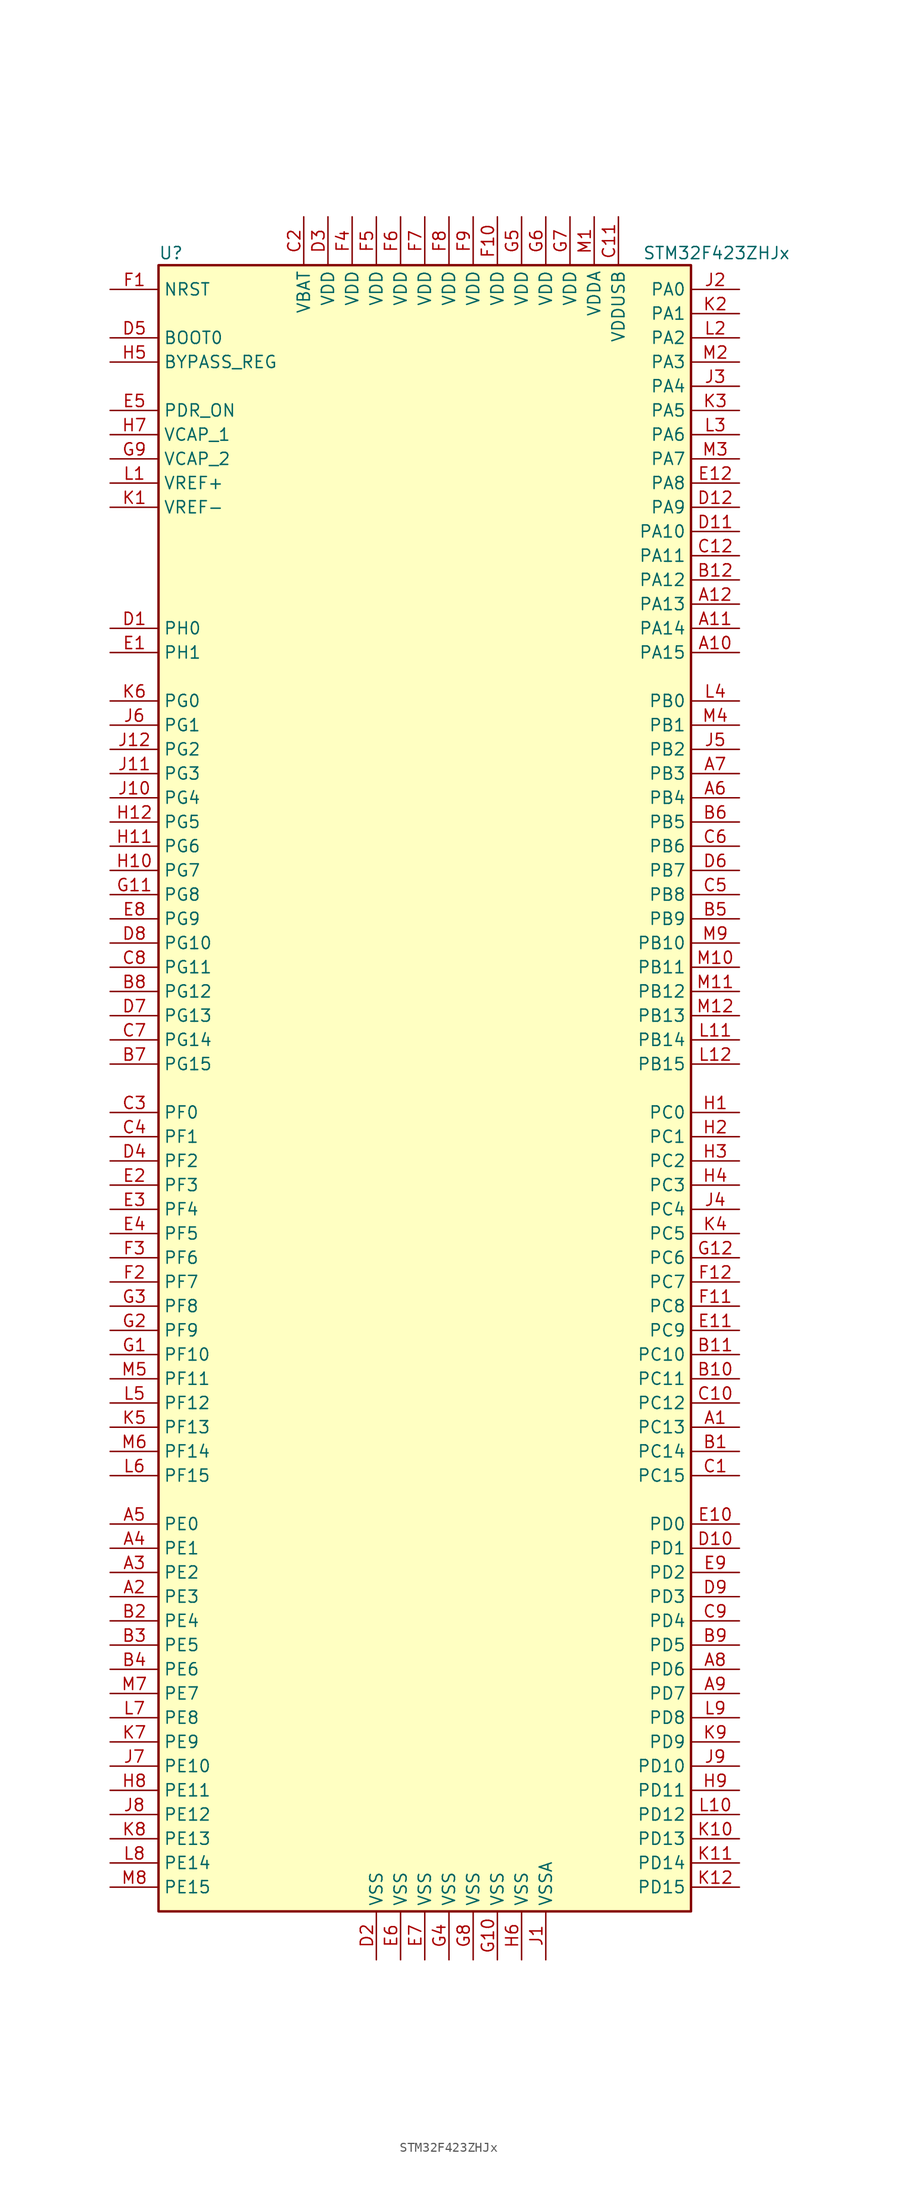
<source format=kicad_sym>
(kicad_symbol_lib
  (version 20201005)
  (generator kicad_symbol_editor)
  (symbol "MCU_ST_STM32F4:STM32F423ZHJx"
    (property "Reference" "U"
      (at -27.94 87.63 0)
      (effects (font (size 1.27 1.27)) (justify left)))
    (property "Value" "STM32F423ZHJx"
      (at 22.86 87.63 0)
      (effects (font (size 1.27 1.27)) (justify left)))
    (symbol "STM32F423ZHJx_0_1"
      (rectangle (start -27.94 -86.36) (end 27.94 86.36) (stroke (width 0.254)) (fill (type background))))
    (symbol "STM32F423ZHJx_1_1"
      (pin input line (at -33.02 78.74 0) (length 5.08) (name "BOOT0" (effects (font (size 1.27 1.27)))) (number "D5" (effects (font (size 1.27 1.27)))))
      (pin input line (at -33.02 76.2 0) (length 5.08) (name "BYPASS_REG" (effects (font (size 1.27 1.27)))) (number "H5" (effects (font (size 1.27 1.27)))))
      (pin input line (at -33.02 83.82 0) (length 5.08) (name "NRST" (effects (font (size 1.27 1.27)))) (number "F1" (effects (font (size 1.27 1.27)))))
      (pin bidirectional line (at 33.02 83.82 180) (length 5.08) (name "PA0" (effects (font (size 1.27 1.27)))) (number "J2" (effects (font (size 1.27 1.27)))))
      (pin bidirectional line (at 33.02 81.28 180) (length 5.08) (name "PA1" (effects (font (size 1.27 1.27)))) (number "K2" (effects (font (size 1.27 1.27)))))
      (pin bidirectional line (at 33.02 58.42 180) (length 5.08) (name "PA10" (effects (font (size 1.27 1.27)))) (number "D11" (effects (font (size 1.27 1.27)))))
      (pin bidirectional line (at 33.02 55.88 180) (length 5.08) (name "PA11" (effects (font (size 1.27 1.27)))) (number "C12" (effects (font (size 1.27 1.27)))))
      (pin bidirectional line (at 33.02 53.34 180) (length 5.08) (name "PA12" (effects (font (size 1.27 1.27)))) (number "B12" (effects (font (size 1.27 1.27)))))
      (pin bidirectional line (at 33.02 50.8 180) (length 5.08) (name "PA13" (effects (font (size 1.27 1.27)))) (number "A12" (effects (font (size 1.27 1.27)))))
      (pin bidirectional line (at 33.02 48.26 180) (length 5.08) (name "PA14" (effects (font (size 1.27 1.27)))) (number "A11" (effects (font (size 1.27 1.27)))))
      (pin bidirectional line (at 33.02 45.72 180) (length 5.08) (name "PA15" (effects (font (size 1.27 1.27)))) (number "A10" (effects (font (size 1.27 1.27)))))
      (pin bidirectional line (at 33.02 78.74 180) (length 5.08) (name "PA2" (effects (font (size 1.27 1.27)))) (number "L2" (effects (font (size 1.27 1.27)))))
      (pin bidirectional line (at 33.02 76.2 180) (length 5.08) (name "PA3" (effects (font (size 1.27 1.27)))) (number "M2" (effects (font (size 1.27 1.27)))))
      (pin bidirectional line (at 33.02 73.66 180) (length 5.08) (name "PA4" (effects (font (size 1.27 1.27)))) (number "J3" (effects (font (size 1.27 1.27)))))
      (pin bidirectional line (at 33.02 71.12 180) (length 5.08) (name "PA5" (effects (font (size 1.27 1.27)))) (number "K3" (effects (font (size 1.27 1.27)))))
      (pin bidirectional line (at 33.02 68.58 180) (length 5.08) (name "PA6" (effects (font (size 1.27 1.27)))) (number "L3" (effects (font (size 1.27 1.27)))))
      (pin bidirectional line (at 33.02 66.04 180) (length 5.08) (name "PA7" (effects (font (size 1.27 1.27)))) (number "M3" (effects (font (size 1.27 1.27)))))
      (pin bidirectional line (at 33.02 63.5 180) (length 5.08) (name "PA8" (effects (font (size 1.27 1.27)))) (number "E12" (effects (font (size 1.27 1.27)))))
      (pin bidirectional line (at 33.02 60.96 180) (length 5.08) (name "PA9" (effects (font (size 1.27 1.27)))) (number "D12" (effects (font (size 1.27 1.27)))))
      (pin bidirectional line (at 33.02 40.64 180) (length 5.08) (name "PB0" (effects (font (size 1.27 1.27)))) (number "L4" (effects (font (size 1.27 1.27)))))
      (pin bidirectional line (at 33.02 38.1 180) (length 5.08) (name "PB1" (effects (font (size 1.27 1.27)))) (number "M4" (effects (font (size 1.27 1.27)))))
      (pin bidirectional line (at 33.02 15.24 180) (length 5.08) (name "PB10" (effects (font (size 1.27 1.27)))) (number "M9" (effects (font (size 1.27 1.27)))))
      (pin bidirectional line (at 33.02 12.7 180) (length 5.08) (name "PB11" (effects (font (size 1.27 1.27)))) (number "M10" (effects (font (size 1.27 1.27)))))
      (pin bidirectional line (at 33.02 10.16 180) (length 5.08) (name "PB12" (effects (font (size 1.27 1.27)))) (number "M11" (effects (font (size 1.27 1.27)))))
      (pin bidirectional line (at 33.02 7.62 180) (length 5.08) (name "PB13" (effects (font (size 1.27 1.27)))) (number "M12" (effects (font (size 1.27 1.27)))))
      (pin bidirectional line (at 33.02 5.08 180) (length 5.08) (name "PB14" (effects (font (size 1.27 1.27)))) (number "L11" (effects (font (size 1.27 1.27)))))
      (pin bidirectional line (at 33.02 2.54 180) (length 5.08) (name "PB15" (effects (font (size 1.27 1.27)))) (number "L12" (effects (font (size 1.27 1.27)))))
      (pin bidirectional line (at 33.02 35.56 180) (length 5.08) (name "PB2" (effects (font (size 1.27 1.27)))) (number "J5" (effects (font (size 1.27 1.27)))))
      (pin bidirectional line (at 33.02 33.02 180) (length 5.08) (name "PB3" (effects (font (size 1.27 1.27)))) (number "A7" (effects (font (size 1.27 1.27)))))
      (pin bidirectional line (at 33.02 30.48 180) (length 5.08) (name "PB4" (effects (font (size 1.27 1.27)))) (number "A6" (effects (font (size 1.27 1.27)))))
      (pin bidirectional line (at 33.02 27.94 180) (length 5.08) (name "PB5" (effects (font (size 1.27 1.27)))) (number "B6" (effects (font (size 1.27 1.27)))))
      (pin bidirectional line (at 33.02 25.4 180) (length 5.08) (name "PB6" (effects (font (size 1.27 1.27)))) (number "C6" (effects (font (size 1.27 1.27)))))
      (pin bidirectional line (at 33.02 22.86 180) (length 5.08) (name "PB7" (effects (font (size 1.27 1.27)))) (number "D6" (effects (font (size 1.27 1.27)))))
      (pin bidirectional line (at 33.02 20.32 180) (length 5.08) (name "PB8" (effects (font (size 1.27 1.27)))) (number "C5" (effects (font (size 1.27 1.27)))))
      (pin bidirectional line (at 33.02 17.78 180) (length 5.08) (name "PB9" (effects (font (size 1.27 1.27)))) (number "B5" (effects (font (size 1.27 1.27)))))
      (pin bidirectional line (at 33.02 -2.54 180) (length 5.08) (name "PC0" (effects (font (size 1.27 1.27)))) (number "H1" (effects (font (size 1.27 1.27)))))
      (pin bidirectional line (at 33.02 -5.08 180) (length 5.08) (name "PC1" (effects (font (size 1.27 1.27)))) (number "H2" (effects (font (size 1.27 1.27)))))
      (pin bidirectional line (at 33.02 -27.94 180) (length 5.08) (name "PC10" (effects (font (size 1.27 1.27)))) (number "B11" (effects (font (size 1.27 1.27)))))
      (pin bidirectional line (at 33.02 -30.48 180) (length 5.08) (name "PC11" (effects (font (size 1.27 1.27)))) (number "B10" (effects (font (size 1.27 1.27)))))
      (pin bidirectional line (at 33.02 -33.02 180) (length 5.08) (name "PC12" (effects (font (size 1.27 1.27)))) (number "C10" (effects (font (size 1.27 1.27)))))
      (pin bidirectional line (at 33.02 -35.56 180) (length 5.08) (name "PC13" (effects (font (size 1.27 1.27)))) (number "A1" (effects (font (size 1.27 1.27)))))
      (pin bidirectional line (at 33.02 -38.1 180) (length 5.08) (name "PC14" (effects (font (size 1.27 1.27)))) (number "B1" (effects (font (size 1.27 1.27)))))
      (pin bidirectional line (at 33.02 -40.64 180) (length 5.08) (name "PC15" (effects (font (size 1.27 1.27)))) (number "C1" (effects (font (size 1.27 1.27)))))
      (pin bidirectional line (at 33.02 -7.62 180) (length 5.08) (name "PC2" (effects (font (size 1.27 1.27)))) (number "H3" (effects (font (size 1.27 1.27)))))
      (pin bidirectional line (at 33.02 -10.16 180) (length 5.08) (name "PC3" (effects (font (size 1.27 1.27)))) (number "H4" (effects (font (size 1.27 1.27)))))
      (pin bidirectional line (at 33.02 -12.7 180) (length 5.08) (name "PC4" (effects (font (size 1.27 1.27)))) (number "J4" (effects (font (size 1.27 1.27)))))
      (pin bidirectional line (at 33.02 -15.24 180) (length 5.08) (name "PC5" (effects (font (size 1.27 1.27)))) (number "K4" (effects (font (size 1.27 1.27)))))
      (pin bidirectional line (at 33.02 -17.78 180) (length 5.08) (name "PC6" (effects (font (size 1.27 1.27)))) (number "G12" (effects (font (size 1.27 1.27)))))
      (pin bidirectional line (at 33.02 -20.32 180) (length 5.08) (name "PC7" (effects (font (size 1.27 1.27)))) (number "F12" (effects (font (size 1.27 1.27)))))
      (pin bidirectional line (at 33.02 -22.86 180) (length 5.08) (name "PC8" (effects (font (size 1.27 1.27)))) (number "F11" (effects (font (size 1.27 1.27)))))
      (pin bidirectional line (at 33.02 -25.4 180) (length 5.08) (name "PC9" (effects (font (size 1.27 1.27)))) (number "E11" (effects (font (size 1.27 1.27)))))
      (pin bidirectional line (at 33.02 -45.72 180) (length 5.08) (name "PD0" (effects (font (size 1.27 1.27)))) (number "E10" (effects (font (size 1.27 1.27)))))
      (pin bidirectional line (at 33.02 -48.26 180) (length 5.08) (name "PD1" (effects (font (size 1.27 1.27)))) (number "D10" (effects (font (size 1.27 1.27)))))
      (pin bidirectional line (at 33.02 -71.12 180) (length 5.08) (name "PD10" (effects (font (size 1.27 1.27)))) (number "J9" (effects (font (size 1.27 1.27)))))
      (pin bidirectional line (at 33.02 -73.66 180) (length 5.08) (name "PD11" (effects (font (size 1.27 1.27)))) (number "H9" (effects (font (size 1.27 1.27)))))
      (pin bidirectional line (at 33.02 -76.2 180) (length 5.08) (name "PD12" (effects (font (size 1.27 1.27)))) (number "L10" (effects (font (size 1.27 1.27)))))
      (pin bidirectional line (at 33.02 -78.74 180) (length 5.08) (name "PD13" (effects (font (size 1.27 1.27)))) (number "K10" (effects (font (size 1.27 1.27)))))
      (pin bidirectional line (at 33.02 -81.28 180) (length 5.08) (name "PD14" (effects (font (size 1.27 1.27)))) (number "K11" (effects (font (size 1.27 1.27)))))
      (pin bidirectional line (at 33.02 -83.82 180) (length 5.08) (name "PD15" (effects (font (size 1.27 1.27)))) (number "K12" (effects (font (size 1.27 1.27)))))
      (pin bidirectional line (at 33.02 -50.8 180) (length 5.08) (name "PD2" (effects (font (size 1.27 1.27)))) (number "E9" (effects (font (size 1.27 1.27)))))
      (pin bidirectional line (at 33.02 -53.34 180) (length 5.08) (name "PD3" (effects (font (size 1.27 1.27)))) (number "D9" (effects (font (size 1.27 1.27)))))
      (pin bidirectional line (at 33.02 -55.88 180) (length 5.08) (name "PD4" (effects (font (size 1.27 1.27)))) (number "C9" (effects (font (size 1.27 1.27)))))
      (pin bidirectional line (at 33.02 -58.42 180) (length 5.08) (name "PD5" (effects (font (size 1.27 1.27)))) (number "B9" (effects (font (size 1.27 1.27)))))
      (pin bidirectional line (at 33.02 -60.96 180) (length 5.08) (name "PD6" (effects (font (size 1.27 1.27)))) (number "A8" (effects (font (size 1.27 1.27)))))
      (pin bidirectional line (at 33.02 -63.5 180) (length 5.08) (name "PD7" (effects (font (size 1.27 1.27)))) (number "A9" (effects (font (size 1.27 1.27)))))
      (pin bidirectional line (at 33.02 -66.04 180) (length 5.08) (name "PD8" (effects (font (size 1.27 1.27)))) (number "L9" (effects (font (size 1.27 1.27)))))
      (pin bidirectional line (at 33.02 -68.58 180) (length 5.08) (name "PD9" (effects (font (size 1.27 1.27)))) (number "K9" (effects (font (size 1.27 1.27)))))
      (pin power_in line (at -33.02 71.12 0) (length 5.08) (name "PDR_ON" (effects (font (size 1.27 1.27)))) (number "E5" (effects (font (size 1.27 1.27)))))
      (pin bidirectional line (at -33.02 -45.72 0) (length 5.08) (name "PE0" (effects (font (size 1.27 1.27)))) (number "A5" (effects (font (size 1.27 1.27)))))
      (pin bidirectional line (at -33.02 -48.26 0) (length 5.08) (name "PE1" (effects (font (size 1.27 1.27)))) (number "A4" (effects (font (size 1.27 1.27)))))
      (pin bidirectional line (at -33.02 -71.12 0) (length 5.08) (name "PE10" (effects (font (size 1.27 1.27)))) (number "J7" (effects (font (size 1.27 1.27)))))
      (pin bidirectional line (at -33.02 -73.66 0) (length 5.08) (name "PE11" (effects (font (size 1.27 1.27)))) (number "H8" (effects (font (size 1.27 1.27)))))
      (pin bidirectional line (at -33.02 -76.2 0) (length 5.08) (name "PE12" (effects (font (size 1.27 1.27)))) (number "J8" (effects (font (size 1.27 1.27)))))
      (pin bidirectional line (at -33.02 -78.74 0) (length 5.08) (name "PE13" (effects (font (size 1.27 1.27)))) (number "K8" (effects (font (size 1.27 1.27)))))
      (pin bidirectional line (at -33.02 -81.28 0) (length 5.08) (name "PE14" (effects (font (size 1.27 1.27)))) (number "L8" (effects (font (size 1.27 1.27)))))
      (pin bidirectional line (at -33.02 -83.82 0) (length 5.08) (name "PE15" (effects (font (size 1.27 1.27)))) (number "M8" (effects (font (size 1.27 1.27)))))
      (pin bidirectional line (at -33.02 -50.8 0) (length 5.08) (name "PE2" (effects (font (size 1.27 1.27)))) (number "A3" (effects (font (size 1.27 1.27)))))
      (pin bidirectional line (at -33.02 -53.34 0) (length 5.08) (name "PE3" (effects (font (size 1.27 1.27)))) (number "A2" (effects (font (size 1.27 1.27)))))
      (pin bidirectional line (at -33.02 -55.88 0) (length 5.08) (name "PE4" (effects (font (size 1.27 1.27)))) (number "B2" (effects (font (size 1.27 1.27)))))
      (pin bidirectional line (at -33.02 -58.42 0) (length 5.08) (name "PE5" (effects (font (size 1.27 1.27)))) (number "B3" (effects (font (size 1.27 1.27)))))
      (pin bidirectional line (at -33.02 -60.96 0) (length 5.08) (name "PE6" (effects (font (size 1.27 1.27)))) (number "B4" (effects (font (size 1.27 1.27)))))
      (pin bidirectional line (at -33.02 -63.5 0) (length 5.08) (name "PE7" (effects (font (size 1.27 1.27)))) (number "M7" (effects (font (size 1.27 1.27)))))
      (pin bidirectional line (at -33.02 -66.04 0) (length 5.08) (name "PE8" (effects (font (size 1.27 1.27)))) (number "L7" (effects (font (size 1.27 1.27)))))
      (pin bidirectional line (at -33.02 -68.58 0) (length 5.08) (name "PE9" (effects (font (size 1.27 1.27)))) (number "K7" (effects (font (size 1.27 1.27)))))
      (pin bidirectional line (at -33.02 -2.54 0) (length 5.08) (name "PF0" (effects (font (size 1.27 1.27)))) (number "C3" (effects (font (size 1.27 1.27)))))
      (pin bidirectional line (at -33.02 -5.08 0) (length 5.08) (name "PF1" (effects (font (size 1.27 1.27)))) (number "C4" (effects (font (size 1.27 1.27)))))
      (pin bidirectional line (at -33.02 -27.94 0) (length 5.08) (name "PF10" (effects (font (size 1.27 1.27)))) (number "G1" (effects (font (size 1.27 1.27)))))
      (pin bidirectional line (at -33.02 -30.48 0) (length 5.08) (name "PF11" (effects (font (size 1.27 1.27)))) (number "M5" (effects (font (size 1.27 1.27)))))
      (pin bidirectional line (at -33.02 -33.02 0) (length 5.08) (name "PF12" (effects (font (size 1.27 1.27)))) (number "L5" (effects (font (size 1.27 1.27)))))
      (pin bidirectional line (at -33.02 -35.56 0) (length 5.08) (name "PF13" (effects (font (size 1.27 1.27)))) (number "K5" (effects (font (size 1.27 1.27)))))
      (pin bidirectional line (at -33.02 -38.1 0) (length 5.08) (name "PF14" (effects (font (size 1.27 1.27)))) (number "M6" (effects (font (size 1.27 1.27)))))
      (pin bidirectional line (at -33.02 -40.64 0) (length 5.08) (name "PF15" (effects (font (size 1.27 1.27)))) (number "L6" (effects (font (size 1.27 1.27)))))
      (pin bidirectional line (at -33.02 -7.62 0) (length 5.08) (name "PF2" (effects (font (size 1.27 1.27)))) (number "D4" (effects (font (size 1.27 1.27)))))
      (pin bidirectional line (at -33.02 -10.16 0) (length 5.08) (name "PF3" (effects (font (size 1.27 1.27)))) (number "E2" (effects (font (size 1.27 1.27)))))
      (pin bidirectional line (at -33.02 -12.7 0) (length 5.08) (name "PF4" (effects (font (size 1.27 1.27)))) (number "E3" (effects (font (size 1.27 1.27)))))
      (pin bidirectional line (at -33.02 -15.24 0) (length 5.08) (name "PF5" (effects (font (size 1.27 1.27)))) (number "E4" (effects (font (size 1.27 1.27)))))
      (pin bidirectional line (at -33.02 -17.78 0) (length 5.08) (name "PF6" (effects (font (size 1.27 1.27)))) (number "F3" (effects (font (size 1.27 1.27)))))
      (pin bidirectional line (at -33.02 -20.32 0) (length 5.08) (name "PF7" (effects (font (size 1.27 1.27)))) (number "F2" (effects (font (size 1.27 1.27)))))
      (pin bidirectional line (at -33.02 -22.86 0) (length 5.08) (name "PF8" (effects (font (size 1.27 1.27)))) (number "G3" (effects (font (size 1.27 1.27)))))
      (pin bidirectional line (at -33.02 -25.4 0) (length 5.08) (name "PF9" (effects (font (size 1.27 1.27)))) (number "G2" (effects (font (size 1.27 1.27)))))
      (pin bidirectional line (at -33.02 40.64 0) (length 5.08) (name "PG0" (effects (font (size 1.27 1.27)))) (number "K6" (effects (font (size 1.27 1.27)))))
      (pin bidirectional line (at -33.02 38.1 0) (length 5.08) (name "PG1" (effects (font (size 1.27 1.27)))) (number "J6" (effects (font (size 1.27 1.27)))))
      (pin bidirectional line (at -33.02 15.24 0) (length 5.08) (name "PG10" (effects (font (size 1.27 1.27)))) (number "D8" (effects (font (size 1.27 1.27)))))
      (pin bidirectional line (at -33.02 12.7 0) (length 5.08) (name "PG11" (effects (font (size 1.27 1.27)))) (number "C8" (effects (font (size 1.27 1.27)))))
      (pin bidirectional line (at -33.02 10.16 0) (length 5.08) (name "PG12" (effects (font (size 1.27 1.27)))) (number "B8" (effects (font (size 1.27 1.27)))))
      (pin bidirectional line (at -33.02 7.62 0) (length 5.08) (name "PG13" (effects (font (size 1.27 1.27)))) (number "D7" (effects (font (size 1.27 1.27)))))
      (pin bidirectional line (at -33.02 5.08 0) (length 5.08) (name "PG14" (effects (font (size 1.27 1.27)))) (number "C7" (effects (font (size 1.27 1.27)))))
      (pin bidirectional line (at -33.02 2.54 0) (length 5.08) (name "PG15" (effects (font (size 1.27 1.27)))) (number "B7" (effects (font (size 1.27 1.27)))))
      (pin bidirectional line (at -33.02 35.56 0) (length 5.08) (name "PG2" (effects (font (size 1.27 1.27)))) (number "J12" (effects (font (size 1.27 1.27)))))
      (pin bidirectional line (at -33.02 33.02 0) (length 5.08) (name "PG3" (effects (font (size 1.27 1.27)))) (number "J11" (effects (font (size 1.27 1.27)))))
      (pin bidirectional line (at -33.02 30.48 0) (length 5.08) (name "PG4" (effects (font (size 1.27 1.27)))) (number "J10" (effects (font (size 1.27 1.27)))))
      (pin bidirectional line (at -33.02 27.94 0) (length 5.08) (name "PG5" (effects (font (size 1.27 1.27)))) (number "H12" (effects (font (size 1.27 1.27)))))
      (pin bidirectional line (at -33.02 25.4 0) (length 5.08) (name "PG6" (effects (font (size 1.27 1.27)))) (number "H11" (effects (font (size 1.27 1.27)))))
      (pin bidirectional line (at -33.02 22.86 0) (length 5.08) (name "PG7" (effects (font (size 1.27 1.27)))) (number "H10" (effects (font (size 1.27 1.27)))))
      (pin bidirectional line (at -33.02 20.32 0) (length 5.08) (name "PG8" (effects (font (size 1.27 1.27)))) (number "G11" (effects (font (size 1.27 1.27)))))
      (pin bidirectional line (at -33.02 17.78 0) (length 5.08) (name "PG9" (effects (font (size 1.27 1.27)))) (number "E8" (effects (font (size 1.27 1.27)))))
      (pin input line (at -33.02 48.26 0) (length 5.08) (name "PH0" (effects (font (size 1.27 1.27)))) (number "D1" (effects (font (size 1.27 1.27)))))
      (pin input line (at -33.02 45.72 0) (length 5.08) (name "PH1" (effects (font (size 1.27 1.27)))) (number "E1" (effects (font (size 1.27 1.27)))))
      (pin power_in line (at -12.7 91.44 270) (length 5.08) (name "VBAT" (effects (font (size 1.27 1.27)))) (number "C2" (effects (font (size 1.27 1.27)))))
      (pin power_in line (at -33.02 68.58 0) (length 5.08) (name "VCAP_1" (effects (font (size 1.27 1.27)))) (number "H7" (effects (font (size 1.27 1.27)))))
      (pin power_in line (at -33.02 66.04 0) (length 5.08) (name "VCAP_2" (effects (font (size 1.27 1.27)))) (number "G9" (effects (font (size 1.27 1.27)))))
      (pin power_in line (at -10.16 91.44 270) (length 5.08) (name "VDD" (effects (font (size 1.27 1.27)))) (number "D3" (effects (font (size 1.27 1.27)))))
      (pin power_in line (at 7.62 91.44 270) (length 5.08) (name "VDD" (effects (font (size 1.27 1.27)))) (number "F10" (effects (font (size 1.27 1.27)))))
      (pin power_in line (at -7.62 91.44 270) (length 5.08) (name "VDD" (effects (font (size 1.27 1.27)))) (number "F4" (effects (font (size 1.27 1.27)))))
      (pin power_in line (at -5.08 91.44 270) (length 5.08) (name "VDD" (effects (font (size 1.27 1.27)))) (number "F5" (effects (font (size 1.27 1.27)))))
      (pin power_in line (at -2.54 91.44 270) (length 5.08) (name "VDD" (effects (font (size 1.27 1.27)))) (number "F6" (effects (font (size 1.27 1.27)))))
      (pin power_in line (at 0 91.44 270) (length 5.08) (name "VDD" (effects (font (size 1.27 1.27)))) (number "F7" (effects (font (size 1.27 1.27)))))
      (pin power_in line (at 2.54 91.44 270) (length 5.08) (name "VDD" (effects (font (size 1.27 1.27)))) (number "F8" (effects (font (size 1.27 1.27)))))
      (pin power_in line (at 5.08 91.44 270) (length 5.08) (name "VDD" (effects (font (size 1.27 1.27)))) (number "F9" (effects (font (size 1.27 1.27)))))
      (pin power_in line (at 10.16 91.44 270) (length 5.08) (name "VDD" (effects (font (size 1.27 1.27)))) (number "G5" (effects (font (size 1.27 1.27)))))
      (pin power_in line (at 12.7 91.44 270) (length 5.08) (name "VDD" (effects (font (size 1.27 1.27)))) (number "G6" (effects (font (size 1.27 1.27)))))
      (pin power_in line (at 15.24 91.44 270) (length 5.08) (name "VDD" (effects (font (size 1.27 1.27)))) (number "G7" (effects (font (size 1.27 1.27)))))
      (pin power_in line (at 17.78 91.44 270) (length 5.08) (name "VDDA" (effects (font (size 1.27 1.27)))) (number "M1" (effects (font (size 1.27 1.27)))))
      (pin power_in line (at 20.32 91.44 270) (length 5.08) (name "VDDUSB" (effects (font (size 1.27 1.27)))) (number "C11" (effects (font (size 1.27 1.27)))))
      (pin power_in line (at -33.02 63.5 0) (length 5.08) (name "VREF+" (effects (font (size 1.27 1.27)))) (number "L1" (effects (font (size 1.27 1.27)))))
      (pin power_in line (at -33.02 60.96 0) (length 5.08) (name "VREF-" (effects (font (size 1.27 1.27)))) (number "K1" (effects (font (size 1.27 1.27)))))
      (pin power_in line (at -5.08 -91.44 90) (length 5.08) (name "VSS" (effects (font (size 1.27 1.27)))) (number "D2" (effects (font (size 1.27 1.27)))))
      (pin power_in line (at -2.54 -91.44 90) (length 5.08) (name "VSS" (effects (font (size 1.27 1.27)))) (number "E6" (effects (font (size 1.27 1.27)))))
      (pin power_in line (at 0 -91.44 90) (length 5.08) (name "VSS" (effects (font (size 1.27 1.27)))) (number "E7" (effects (font (size 1.27 1.27)))))
      (pin power_in line (at 7.62 -91.44 90) (length 5.08) (name "VSS" (effects (font (size 1.27 1.27)))) (number "G10" (effects (font (size 1.27 1.27)))))
      (pin power_in line (at 2.54 -91.44 90) (length 5.08) (name "VSS" (effects (font (size 1.27 1.27)))) (number "G4" (effects (font (size 1.27 1.27)))))
      (pin power_in line (at 5.08 -91.44 90) (length 5.08) (name "VSS" (effects (font (size 1.27 1.27)))) (number "G8" (effects (font (size 1.27 1.27)))))
      (pin power_in line (at 10.16 -91.44 90) (length 5.08) (name "VSS" (effects (font (size 1.27 1.27)))) (number "H6" (effects (font (size 1.27 1.27)))))
      (pin power_in line (at 12.7 -91.44 90) (length 5.08) (name "VSSA" (effects (font (size 1.27 1.27)))) (number "J1" (effects (font (size 1.27 1.27))))))))
</source>
